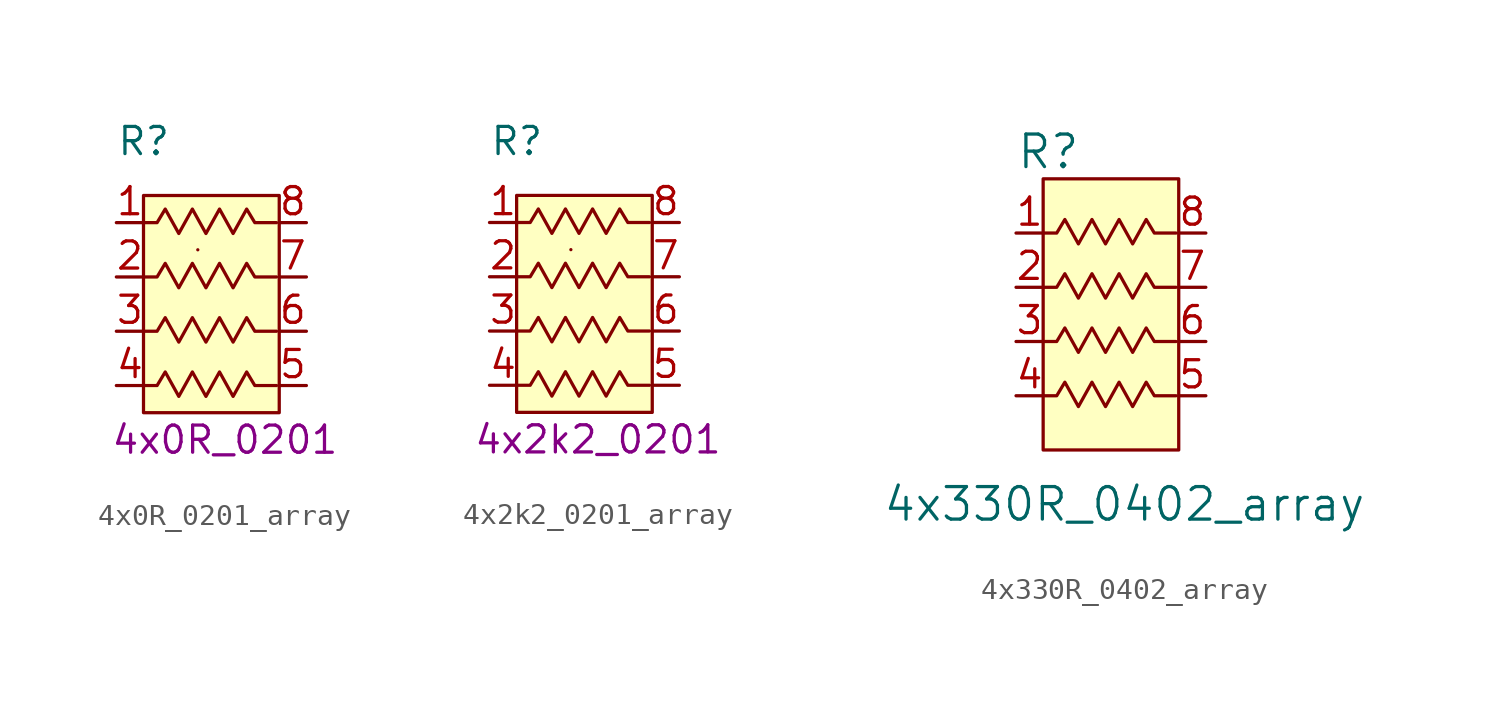
<source format=kicad_sym>
(kicad_symbol_lib
  (version 20220914)
  (generator kicad_symbol_editor)
  (symbol "4x0R_0201_array"
    (pin_names
      (offset 1.016))
    (property "Reference" "R"
      (at -5.08 13.97 0)
      (effects (font (size 1.27 1.27)) (justify left)))
    (property "Val" "4x0R_0201"
      (at 0 0 0)
      (effects (font (size 1.27 1.27))))
    (symbol "4x0R_0201_array_0_1"
      (rectangle (start -3.81 11.43) (end 2.54 1.27) (stroke (width 0) (type default)) (fill (type background)))
      (rectangle (start -1.27 8.89) (end -1.27 8.89) (stroke (width 0) (type default)) (fill (type none)))
      (polyline (pts (xy -3.81 7.62) (xy -3.175 7.62) (xy -2.794 8.255) (xy -2.159 7.112) (xy -1.524 8.255) (xy -0.889 7.112) (xy -0.254 8.255) (xy 0.381 7.112) (xy 1.016 8.255) (xy 1.397 7.62) (xy 2.413 7.62)) (stroke (width 0) (type default)) (fill (type none))))
    (symbol "4x0R_0201_array_1_1"
      (polyline (pts (xy -3.81 2.54) (xy -3.175 2.54) (xy -2.794 3.175) (xy -2.159 2.032) (xy -1.524 3.175) (xy -0.889 2.032) (xy -0.254 3.175) (xy 0.381 2.032) (xy 1.016 3.175) (xy 1.397 2.54) (xy 2.413 2.54)) (stroke (width 0) (type default)) (fill (type none)))
      (polyline (pts (xy -3.81 5.08) (xy -3.175 5.08) (xy -2.794 5.715) (xy -2.159 4.572) (xy -1.524 5.715) (xy -0.889 4.572) (xy -0.254 5.715) (xy 0.381 4.572) (xy 1.016 5.715) (xy 1.397 5.08) (xy 2.413 5.08)) (stroke (width 0) (type default)) (fill (type none)))
      (polyline (pts (xy -3.81 10.16) (xy -3.175 10.16) (xy -2.794 10.795) (xy -2.159 9.652) (xy -1.524 10.795) (xy -0.889 9.652) (xy -0.254 10.795) (xy 0.381 9.652) (xy 1.016 10.795) (xy 1.397 10.16) (xy 2.413 10.16)) (stroke (width 0) (type default)) (fill (type none)))
      (pin passive line (at -5.08 10.16 0) (length 1.27) (name "~" (effects (font (size 1.27 1.27)))) (number "1" (effects (font (size 1.27 1.27)))))
      (pin passive line (at -5.08 7.62 0) (length 1.27) (name "~" (effects (font (size 1.27 1.27)))) (number "2" (effects (font (size 1.27 1.27)))))
      (pin passive line (at -5.08 5.08 0) (length 1.27) (name "~" (effects (font (size 1.27 1.27)))) (number "3" (effects (font (size 1.27 1.27)))))
      (pin passive line (at -5.08 2.54 0) (length 1.27) (name "~" (effects (font (size 1.27 1.27)))) (number "4" (effects (font (size 1.27 1.27)))))
      (pin passive line (at 3.81 2.54 180) (length 1.27) (name "~" (effects (font (size 1.27 1.27)))) (number "5" (effects (font (size 1.27 1.27)))))
      (pin passive line (at 3.81 5.08 180) (length 1.27) (name "~" (effects (font (size 1.27 1.27)))) (number "6" (effects (font (size 1.27 1.27)))))
      (pin passive line (at 3.81 7.62 180) (length 1.27) (name "~" (effects (font (size 1.27 1.27)))) (number "7" (effects (font (size 1.27 1.27)))))
      (pin passive line (at 3.81 10.16 180) (length 1.27) (name "~" (effects (font (size 1.27 1.27)))) (number "8" (effects (font (size 1.27 1.27)))))))
  (symbol "4x2k2_0201_array"
    (pin_names
      (offset 1.016))
    (property "Reference" "R"
      (at -5.08 13.97 0)
      (effects (font (size 1.27 1.27)) (justify left)))
    (property "Val" "4x2k2_0201"
      (at 0 0 0)
      (effects (font (size 1.27 1.27))))
    (symbol "4x2k2_0201_array_0_1"
      (rectangle (start -3.81 11.43) (end 2.54 1.27) (stroke (width 0) (type default)) (fill (type background)))
      (rectangle (start -1.27 8.89) (end -1.27 8.89) (stroke (width 0) (type default)) (fill (type none)))
      (polyline (pts (xy -3.81 7.62) (xy -3.175 7.62) (xy -2.794 8.255) (xy -2.159 7.112) (xy -1.524 8.255) (xy -0.889 7.112) (xy -0.254 8.255) (xy 0.381 7.112) (xy 1.016 8.255) (xy 1.397 7.62) (xy 2.413 7.62)) (stroke (width 0) (type default)) (fill (type none))))
    (symbol "4x2k2_0201_array_1_1"
      (polyline (pts (xy -3.81 2.54) (xy -3.175 2.54) (xy -2.794 3.175) (xy -2.159 2.032) (xy -1.524 3.175) (xy -0.889 2.032) (xy -0.254 3.175) (xy 0.381 2.032) (xy 1.016 3.175) (xy 1.397 2.54) (xy 2.413 2.54)) (stroke (width 0) (type default)) (fill (type none)))
      (polyline (pts (xy -3.81 5.08) (xy -3.175 5.08) (xy -2.794 5.715) (xy -2.159 4.572) (xy -1.524 5.715) (xy -0.889 4.572) (xy -0.254 5.715) (xy 0.381 4.572) (xy 1.016 5.715) (xy 1.397 5.08) (xy 2.413 5.08)) (stroke (width 0) (type default)) (fill (type none)))
      (polyline (pts (xy -3.81 10.16) (xy -3.175 10.16) (xy -2.794 10.795) (xy -2.159 9.652) (xy -1.524 10.795) (xy -0.889 9.652) (xy -0.254 10.795) (xy 0.381 9.652) (xy 1.016 10.795) (xy 1.397 10.16) (xy 2.413 10.16)) (stroke (width 0) (type default)) (fill (type none)))
      (pin passive line (at -5.08 10.16 0) (length 1.27) (name "~" (effects (font (size 1.27 1.27)))) (number "1" (effects (font (size 1.27 1.27)))))
      (pin passive line (at -5.08 7.62 0) (length 1.27) (name "~" (effects (font (size 1.27 1.27)))) (number "2" (effects (font (size 1.27 1.27)))))
      (pin passive line (at -5.08 5.08 0) (length 1.27) (name "~" (effects (font (size 1.27 1.27)))) (number "3" (effects (font (size 1.27 1.27)))))
      (pin passive line (at -5.08 2.54 0) (length 1.27) (name "~" (effects (font (size 1.27 1.27)))) (number "4" (effects (font (size 1.27 1.27)))))
      (pin passive line (at 3.81 2.54 180) (length 1.27) (name "~" (effects (font (size 1.27 1.27)))) (number "5" (effects (font (size 1.27 1.27)))))
      (pin passive line (at 3.81 5.08 180) (length 1.27) (name "~" (effects (font (size 1.27 1.27)))) (number "6" (effects (font (size 1.27 1.27)))))
      (pin passive line (at 3.81 7.62 180) (length 1.27) (name "~" (effects (font (size 1.27 1.27)))) (number "7" (effects (font (size 1.27 1.27)))))
      (pin passive line (at 3.81 10.16 180) (length 1.27) (name "~" (effects (font (size 1.27 1.27)))) (number "8" (effects (font (size 1.27 1.27)))))))
  (symbol "4x330R_0402_array"
    (pin_names
      (offset 1.016))
    (property "Reference" "R"
      (at -5.08 13.97 0)
      (effects (font (size 1.524 1.524)) (justify left)))
    (property "Value" "4x330R_0402_array"
      (at 0 -2.54 0)
      (effects (font (size 1.524 1.524))))
    (symbol "4x330R_0402_array_0_1"
      (polyline (pts (xy 2.54 12.7) (xy 2.54 0) (xy -3.81 0) (xy -3.81 12.7) (xy 2.54 12.7)) (stroke (width 0) (type default)) (fill (type background)))
      (polyline (pts (xy -3.81 7.62) (xy -3.175 7.62) (xy -2.794 8.255) (xy -2.159 7.112) (xy -1.524 8.255) (xy -0.889 7.112) (xy -0.254 8.255) (xy 0.381 7.112) (xy 1.016 8.255) (xy 1.397 7.62) (xy 2.413 7.62)) (stroke (width 0) (type default)) (fill (type none))))
    (symbol "4x330R_0402_array_1_1"
      (polyline (pts (xy -3.81 2.54) (xy -3.175 2.54) (xy -2.794 3.175) (xy -2.159 2.032) (xy -1.524 3.175) (xy -0.889 2.032) (xy -0.254 3.175) (xy 0.381 2.032) (xy 1.016 3.175) (xy 1.397 2.54) (xy 2.413 2.54)) (stroke (width 0) (type default)) (fill (type none)))
      (polyline (pts (xy -3.81 5.08) (xy -3.175 5.08) (xy -2.794 5.715) (xy -2.159 4.572) (xy -1.524 5.715) (xy -0.889 4.572) (xy -0.254 5.715) (xy 0.381 4.572) (xy 1.016 5.715) (xy 1.397 5.08) (xy 2.413 5.08)) (stroke (width 0) (type default)) (fill (type none)))
      (polyline (pts (xy -3.81 10.16) (xy -3.175 10.16) (xy -2.794 10.795) (xy -2.159 9.652) (xy -1.524 10.795) (xy -0.889 9.652) (xy -0.254 10.795) (xy 0.381 9.652) (xy 1.016 10.795) (xy 1.397 10.16) (xy 2.413 10.16)) (stroke (width 0) (type default)) (fill (type none)))
      (pin passive line (at -5.08 10.16 0) (length 1.27) (name "~" (effects (font (size 1.27 1.27)))) (number "1" (effects (font (size 1.27 1.27)))))
      (pin passive line (at -5.08 7.62 0) (length 1.27) (name "~" (effects (font (size 1.27 1.27)))) (number "2" (effects (font (size 1.27 1.27)))))
      (pin passive line (at -5.08 5.08 0) (length 1.27) (name "~" (effects (font (size 1.27 1.27)))) (number "3" (effects (font (size 1.27 1.27)))))
      (pin passive line (at -5.08 2.54 0) (length 1.27) (name "~" (effects (font (size 1.27 1.27)))) (number "4" (effects (font (size 1.27 1.27)))))
      (pin passive line (at 3.81 2.54 180) (length 1.27) (name "~" (effects (font (size 1.27 1.27)))) (number "5" (effects (font (size 1.27 1.27)))))
      (pin passive line (at 3.81 5.08 180) (length 1.27) (name "~" (effects (font (size 1.27 1.27)))) (number "6" (effects (font (size 1.27 1.27)))))
      (pin passive line (at 3.81 7.62 180) (length 1.27) (name "~" (effects (font (size 1.27 1.27)))) (number "7" (effects (font (size 1.27 1.27)))))
      (pin passive line (at 3.81 10.16 180) (length 1.27) (name "~" (effects (font (size 1.27 1.27)))) (number "8" (effects (font (size 1.27 1.27))))))))
</source>
